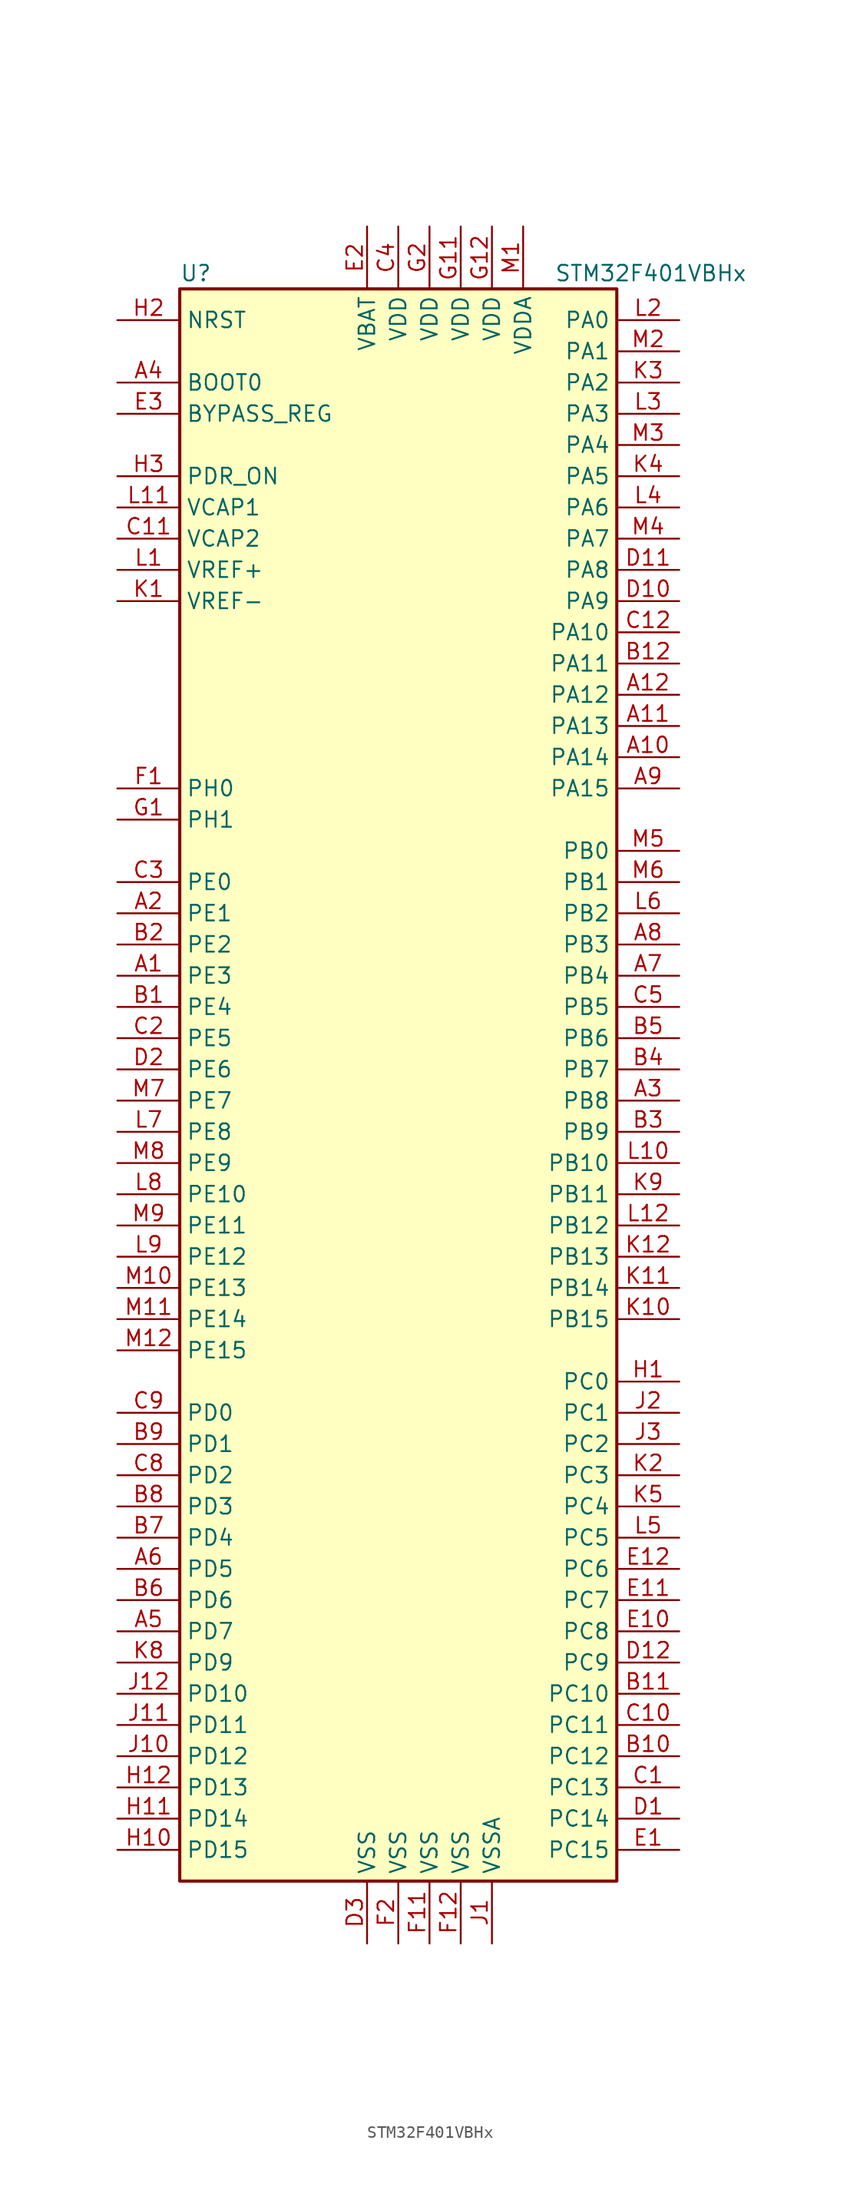
<source format=kicad_sym>
(kicad_symbol_lib
  (version 20201005)
  (generator kicad_symbol_editor)
  (symbol "STM32F401VBHx"
    (property "Reference" "U"
      (at -17.78 64.77 0)
      (effects (font (size 1.27 1.27)) (justify left)))
    (property "Value" "STM32F401VBHx"
      (at 12.7 64.77 0)
      (effects (font (size 1.27 1.27)) (justify left)))
    (symbol "STM32F401VBHx_0_1"
      (rectangle (start -17.78 -66.04) (end 17.78 63.5) (stroke (width 0.254)) (fill (type background))))
    (symbol "STM32F401VBHx_1_1"
      (pin input line (at -22.86 55.88 0) (length 5.08) (name "BOOT0" (effects (font (size 1.27 1.27)))) (number "A4" (effects (font (size 1.27 1.27)))))
      (pin input line (at -22.86 53.34 0) (length 5.08) (name "BYPASS_REG" (effects (font (size 1.27 1.27)))) (number "E3" (effects (font (size 1.27 1.27)))))
      (pin input line (at -22.86 60.96 0) (length 5.08) (name "NRST" (effects (font (size 1.27 1.27)))) (number "H2" (effects (font (size 1.27 1.27)))))
      (pin bidirectional line (at 22.86 60.96 180) (length 5.08) (name "PA0" (effects (font (size 1.27 1.27)))) (number "L2" (effects (font (size 1.27 1.27)))))
      (pin bidirectional line (at 22.86 58.42 180) (length 5.08) (name "PA1" (effects (font (size 1.27 1.27)))) (number "M2" (effects (font (size 1.27 1.27)))))
      (pin bidirectional line (at 22.86 35.56 180) (length 5.08) (name "PA10" (effects (font (size 1.27 1.27)))) (number "C12" (effects (font (size 1.27 1.27)))))
      (pin bidirectional line (at 22.86 33.02 180) (length 5.08) (name "PA11" (effects (font (size 1.27 1.27)))) (number "B12" (effects (font (size 1.27 1.27)))))
      (pin bidirectional line (at 22.86 30.48 180) (length 5.08) (name "PA12" (effects (font (size 1.27 1.27)))) (number "A12" (effects (font (size 1.27 1.27)))))
      (pin bidirectional line (at 22.86 27.94 180) (length 5.08) (name "PA13" (effects (font (size 1.27 1.27)))) (number "A11" (effects (font (size 1.27 1.27)))))
      (pin bidirectional line (at 22.86 25.4 180) (length 5.08) (name "PA14" (effects (font (size 1.27 1.27)))) (number "A10" (effects (font (size 1.27 1.27)))))
      (pin bidirectional line (at 22.86 22.86 180) (length 5.08) (name "PA15" (effects (font (size 1.27 1.27)))) (number "A9" (effects (font (size 1.27 1.27)))))
      (pin bidirectional line (at 22.86 55.88 180) (length 5.08) (name "PA2" (effects (font (size 1.27 1.27)))) (number "K3" (effects (font (size 1.27 1.27)))))
      (pin bidirectional line (at 22.86 53.34 180) (length 5.08) (name "PA3" (effects (font (size 1.27 1.27)))) (number "L3" (effects (font (size 1.27 1.27)))))
      (pin bidirectional line (at 22.86 50.8 180) (length 5.08) (name "PA4" (effects (font (size 1.27 1.27)))) (number "M3" (effects (font (size 1.27 1.27)))))
      (pin bidirectional line (at 22.86 48.26 180) (length 5.08) (name "PA5" (effects (font (size 1.27 1.27)))) (number "K4" (effects (font (size 1.27 1.27)))))
      (pin bidirectional line (at 22.86 45.72 180) (length 5.08) (name "PA6" (effects (font (size 1.27 1.27)))) (number "L4" (effects (font (size 1.27 1.27)))))
      (pin bidirectional line (at 22.86 43.18 180) (length 5.08) (name "PA7" (effects (font (size 1.27 1.27)))) (number "M4" (effects (font (size 1.27 1.27)))))
      (pin bidirectional line (at 22.86 40.64 180) (length 5.08) (name "PA8" (effects (font (size 1.27 1.27)))) (number "D11" (effects (font (size 1.27 1.27)))))
      (pin bidirectional line (at 22.86 38.1 180) (length 5.08) (name "PA9" (effects (font (size 1.27 1.27)))) (number "D10" (effects (font (size 1.27 1.27)))))
      (pin bidirectional line (at 22.86 17.78 180) (length 5.08) (name "PB0" (effects (font (size 1.27 1.27)))) (number "M5" (effects (font (size 1.27 1.27)))))
      (pin bidirectional line (at 22.86 15.24 180) (length 5.08) (name "PB1" (effects (font (size 1.27 1.27)))) (number "M6" (effects (font (size 1.27 1.27)))))
      (pin bidirectional line (at 22.86 -7.62 180) (length 5.08) (name "PB10" (effects (font (size 1.27 1.27)))) (number "L10" (effects (font (size 1.27 1.27)))))
      (pin bidirectional line (at 22.86 -10.16 180) (length 5.08) (name "PB11" (effects (font (size 1.27 1.27)))) (number "K9" (effects (font (size 1.27 1.27)))))
      (pin bidirectional line (at 22.86 -12.7 180) (length 5.08) (name "PB12" (effects (font (size 1.27 1.27)))) (number "L12" (effects (font (size 1.27 1.27)))))
      (pin bidirectional line (at 22.86 -15.24 180) (length 5.08) (name "PB13" (effects (font (size 1.27 1.27)))) (number "K12" (effects (font (size 1.27 1.27)))))
      (pin bidirectional line (at 22.86 -17.78 180) (length 5.08) (name "PB14" (effects (font (size 1.27 1.27)))) (number "K11" (effects (font (size 1.27 1.27)))))
      (pin bidirectional line (at 22.86 -20.32 180) (length 5.08) (name "PB15" (effects (font (size 1.27 1.27)))) (number "K10" (effects (font (size 1.27 1.27)))))
      (pin bidirectional line (at 22.86 12.7 180) (length 5.08) (name "PB2" (effects (font (size 1.27 1.27)))) (number "L6" (effects (font (size 1.27 1.27)))))
      (pin bidirectional line (at 22.86 10.16 180) (length 5.08) (name "PB3" (effects (font (size 1.27 1.27)))) (number "A8" (effects (font (size 1.27 1.27)))))
      (pin bidirectional line (at 22.86 7.62 180) (length 5.08) (name "PB4" (effects (font (size 1.27 1.27)))) (number "A7" (effects (font (size 1.27 1.27)))))
      (pin bidirectional line (at 22.86 5.08 180) (length 5.08) (name "PB5" (effects (font (size 1.27 1.27)))) (number "C5" (effects (font (size 1.27 1.27)))))
      (pin bidirectional line (at 22.86 2.54 180) (length 5.08) (name "PB6" (effects (font (size 1.27 1.27)))) (number "B5" (effects (font (size 1.27 1.27)))))
      (pin bidirectional line (at 22.86 0 180) (length 5.08) (name "PB7" (effects (font (size 1.27 1.27)))) (number "B4" (effects (font (size 1.27 1.27)))))
      (pin bidirectional line (at 22.86 -2.54 180) (length 5.08) (name "PB8" (effects (font (size 1.27 1.27)))) (number "A3" (effects (font (size 1.27 1.27)))))
      (pin bidirectional line (at 22.86 -5.08 180) (length 5.08) (name "PB9" (effects (font (size 1.27 1.27)))) (number "B3" (effects (font (size 1.27 1.27)))))
      (pin bidirectional line (at 22.86 -25.4 180) (length 5.08) (name "PC0" (effects (font (size 1.27 1.27)))) (number "H1" (effects (font (size 1.27 1.27)))))
      (pin bidirectional line (at 22.86 -27.94 180) (length 5.08) (name "PC1" (effects (font (size 1.27 1.27)))) (number "J2" (effects (font (size 1.27 1.27)))))
      (pin bidirectional line (at 22.86 -50.8 180) (length 5.08) (name "PC10" (effects (font (size 1.27 1.27)))) (number "B11" (effects (font (size 1.27 1.27)))))
      (pin bidirectional line (at 22.86 -53.34 180) (length 5.08) (name "PC11" (effects (font (size 1.27 1.27)))) (number "C10" (effects (font (size 1.27 1.27)))))
      (pin bidirectional line (at 22.86 -55.88 180) (length 5.08) (name "PC12" (effects (font (size 1.27 1.27)))) (number "B10" (effects (font (size 1.27 1.27)))))
      (pin bidirectional line (at 22.86 -58.42 180) (length 5.08) (name "PC13" (effects (font (size 1.27 1.27)))) (number "C1" (effects (font (size 1.27 1.27)))))
      (pin bidirectional line (at 22.86 -60.96 180) (length 5.08) (name "PC14" (effects (font (size 1.27 1.27)))) (number "D1" (effects (font (size 1.27 1.27)))))
      (pin bidirectional line (at 22.86 -63.5 180) (length 5.08) (name "PC15" (effects (font (size 1.27 1.27)))) (number "E1" (effects (font (size 1.27 1.27)))))
      (pin bidirectional line (at 22.86 -30.48 180) (length 5.08) (name "PC2" (effects (font (size 1.27 1.27)))) (number "J3" (effects (font (size 1.27 1.27)))))
      (pin bidirectional line (at 22.86 -33.02 180) (length 5.08) (name "PC3" (effects (font (size 1.27 1.27)))) (number "K2" (effects (font (size 1.27 1.27)))))
      (pin bidirectional line (at 22.86 -35.56 180) (length 5.08) (name "PC4" (effects (font (size 1.27 1.27)))) (number "K5" (effects (font (size 1.27 1.27)))))
      (pin bidirectional line (at 22.86 -38.1 180) (length 5.08) (name "PC5" (effects (font (size 1.27 1.27)))) (number "L5" (effects (font (size 1.27 1.27)))))
      (pin bidirectional line (at 22.86 -40.64 180) (length 5.08) (name "PC6" (effects (font (size 1.27 1.27)))) (number "E12" (effects (font (size 1.27 1.27)))))
      (pin bidirectional line (at 22.86 -43.18 180) (length 5.08) (name "PC7" (effects (font (size 1.27 1.27)))) (number "E11" (effects (font (size 1.27 1.27)))))
      (pin bidirectional line (at 22.86 -45.72 180) (length 5.08) (name "PC8" (effects (font (size 1.27 1.27)))) (number "E10" (effects (font (size 1.27 1.27)))))
      (pin bidirectional line (at 22.86 -48.26 180) (length 5.08) (name "PC9" (effects (font (size 1.27 1.27)))) (number "D12" (effects (font (size 1.27 1.27)))))
      (pin bidirectional line (at -22.86 -27.94 0) (length 5.08) (name "PD0" (effects (font (size 1.27 1.27)))) (number "C9" (effects (font (size 1.27 1.27)))))
      (pin bidirectional line (at -22.86 -30.48 0) (length 5.08) (name "PD1" (effects (font (size 1.27 1.27)))) (number "B9" (effects (font (size 1.27 1.27)))))
      (pin bidirectional line (at -22.86 -50.8 0) (length 5.08) (name "PD10" (effects (font (size 1.27 1.27)))) (number "J12" (effects (font (size 1.27 1.27)))))
      (pin bidirectional line (at -22.86 -53.34 0) (length 5.08) (name "PD11" (effects (font (size 1.27 1.27)))) (number "J11" (effects (font (size 1.27 1.27)))))
      (pin bidirectional line (at -22.86 -55.88 0) (length 5.08) (name "PD12" (effects (font (size 1.27 1.27)))) (number "J10" (effects (font (size 1.27 1.27)))))
      (pin bidirectional line (at -22.86 -58.42 0) (length 5.08) (name "PD13" (effects (font (size 1.27 1.27)))) (number "H12" (effects (font (size 1.27 1.27)))))
      (pin bidirectional line (at -22.86 -60.96 0) (length 5.08) (name "PD14" (effects (font (size 1.27 1.27)))) (number "H11" (effects (font (size 1.27 1.27)))))
      (pin bidirectional line (at -22.86 -63.5 0) (length 5.08) (name "PD15" (effects (font (size 1.27 1.27)))) (number "H10" (effects (font (size 1.27 1.27)))))
      (pin bidirectional line (at -22.86 -33.02 0) (length 5.08) (name "PD2" (effects (font (size 1.27 1.27)))) (number "C8" (effects (font (size 1.27 1.27)))))
      (pin bidirectional line (at -22.86 -35.56 0) (length 5.08) (name "PD3" (effects (font (size 1.27 1.27)))) (number "B8" (effects (font (size 1.27 1.27)))))
      (pin bidirectional line (at -22.86 -38.1 0) (length 5.08) (name "PD4" (effects (font (size 1.27 1.27)))) (number "B7" (effects (font (size 1.27 1.27)))))
      (pin bidirectional line (at -22.86 -40.64 0) (length 5.08) (name "PD5" (effects (font (size 1.27 1.27)))) (number "A6" (effects (font (size 1.27 1.27)))))
      (pin bidirectional line (at -22.86 -43.18 0) (length 5.08) (name "PD6" (effects (font (size 1.27 1.27)))) (number "B6" (effects (font (size 1.27 1.27)))))
      (pin bidirectional line (at -22.86 -45.72 0) (length 5.08) (name "PD7" (effects (font (size 1.27 1.27)))) (number "A5" (effects (font (size 1.27 1.27)))))
      (pin bidirectional line (at -22.86 -48.26 0) (length 5.08) (name "PD9" (effects (font (size 1.27 1.27)))) (number "K8" (effects (font (size 1.27 1.27)))))
      (pin power_in line (at -22.86 48.26 0) (length 5.08) (name "PDR_ON" (effects (font (size 1.27 1.27)))) (number "H3" (effects (font (size 1.27 1.27)))))
      (pin bidirectional line (at -22.86 15.24 0) (length 5.08) (name "PE0" (effects (font (size 1.27 1.27)))) (number "C3" (effects (font (size 1.27 1.27)))))
      (pin bidirectional line (at -22.86 12.7 0) (length 5.08) (name "PE1" (effects (font (size 1.27 1.27)))) (number "A2" (effects (font (size 1.27 1.27)))))
      (pin bidirectional line (at -22.86 -10.16 0) (length 5.08) (name "PE10" (effects (font (size 1.27 1.27)))) (number "L8" (effects (font (size 1.27 1.27)))))
      (pin bidirectional line (at -22.86 -12.7 0) (length 5.08) (name "PE11" (effects (font (size 1.27 1.27)))) (number "M9" (effects (font (size 1.27 1.27)))))
      (pin bidirectional line (at -22.86 -15.24 0) (length 5.08) (name "PE12" (effects (font (size 1.27 1.27)))) (number "L9" (effects (font (size 1.27 1.27)))))
      (pin bidirectional line (at -22.86 -17.78 0) (length 5.08) (name "PE13" (effects (font (size 1.27 1.27)))) (number "M10" (effects (font (size 1.27 1.27)))))
      (pin bidirectional line (at -22.86 -20.32 0) (length 5.08) (name "PE14" (effects (font (size 1.27 1.27)))) (number "M11" (effects (font (size 1.27 1.27)))))
      (pin bidirectional line (at -22.86 -22.86 0) (length 5.08) (name "PE15" (effects (font (size 1.27 1.27)))) (number "M12" (effects (font (size 1.27 1.27)))))
      (pin bidirectional line (at -22.86 10.16 0) (length 5.08) (name "PE2" (effects (font (size 1.27 1.27)))) (number "B2" (effects (font (size 1.27 1.27)))))
      (pin bidirectional line (at -22.86 7.62 0) (length 5.08) (name "PE3" (effects (font (size 1.27 1.27)))) (number "A1" (effects (font (size 1.27 1.27)))))
      (pin bidirectional line (at -22.86 5.08 0) (length 5.08) (name "PE4" (effects (font (size 1.27 1.27)))) (number "B1" (effects (font (size 1.27 1.27)))))
      (pin bidirectional line (at -22.86 2.54 0) (length 5.08) (name "PE5" (effects (font (size 1.27 1.27)))) (number "C2" (effects (font (size 1.27 1.27)))))
      (pin bidirectional line (at -22.86 0 0) (length 5.08) (name "PE6" (effects (font (size 1.27 1.27)))) (number "D2" (effects (font (size 1.27 1.27)))))
      (pin bidirectional line (at -22.86 -2.54 0) (length 5.08) (name "PE7" (effects (font (size 1.27 1.27)))) (number "M7" (effects (font (size 1.27 1.27)))))
      (pin bidirectional line (at -22.86 -5.08 0) (length 5.08) (name "PE8" (effects (font (size 1.27 1.27)))) (number "L7" (effects (font (size 1.27 1.27)))))
      (pin bidirectional line (at -22.86 -7.62 0) (length 5.08) (name "PE9" (effects (font (size 1.27 1.27)))) (number "M8" (effects (font (size 1.27 1.27)))))
      (pin input line (at -22.86 22.86 0) (length 5.08) (name "PH0" (effects (font (size 1.27 1.27)))) (number "F1" (effects (font (size 1.27 1.27)))))
      (pin input line (at -22.86 20.32 0) (length 5.08) (name "PH1" (effects (font (size 1.27 1.27)))) (number "G1" (effects (font (size 1.27 1.27)))))
      (pin power_in line (at -2.54 68.58 270) (length 5.08) (name "VBAT" (effects (font (size 1.27 1.27)))) (number "E2" (effects (font (size 1.27 1.27)))))
      (pin power_in line (at -22.86 45.72 0) (length 5.08) (name "VCAP1" (effects (font (size 1.27 1.27)))) (number "L11" (effects (font (size 1.27 1.27)))))
      (pin power_in line (at -22.86 43.18 0) (length 5.08) (name "VCAP2" (effects (font (size 1.27 1.27)))) (number "C11" (effects (font (size 1.27 1.27)))))
      (pin power_in line (at 0 68.58 270) (length 5.08) (name "VDD" (effects (font (size 1.27 1.27)))) (number "C4" (effects (font (size 1.27 1.27)))))
      (pin power_in line (at 5.08 68.58 270) (length 5.08) (name "VDD" (effects (font (size 1.27 1.27)))) (number "G11" (effects (font (size 1.27 1.27)))))
      (pin power_in line (at 7.62 68.58 270) (length 5.08) (name "VDD" (effects (font (size 1.27 1.27)))) (number "G12" (effects (font (size 1.27 1.27)))))
      (pin power_in line (at 2.54 68.58 270) (length 5.08) (name "VDD" (effects (font (size 1.27 1.27)))) (number "G2" (effects (font (size 1.27 1.27)))))
      (pin power_in line (at 10.16 68.58 270) (length 5.08) (name "VDDA" (effects (font (size 1.27 1.27)))) (number "M1" (effects (font (size 1.27 1.27)))))
      (pin power_in line (at -22.86 40.64 0) (length 5.08) (name "VREF+" (effects (font (size 1.27 1.27)))) (number "L1" (effects (font (size 1.27 1.27)))))
      (pin power_in line (at -22.86 38.1 0) (length 5.08) (name "VREF-" (effects (font (size 1.27 1.27)))) (number "K1" (effects (font (size 1.27 1.27)))))
      (pin power_in line (at -2.54 -71.12 90) (length 5.08) (name "VSS" (effects (font (size 1.27 1.27)))) (number "D3" (effects (font (size 1.27 1.27)))))
      (pin power_in line (at 2.54 -71.12 90) (length 5.08) (name "VSS" (effects (font (size 1.27 1.27)))) (number "F11" (effects (font (size 1.27 1.27)))))
      (pin power_in line (at 5.08 -71.12 90) (length 5.08) (name "VSS" (effects (font (size 1.27 1.27)))) (number "F12" (effects (font (size 1.27 1.27)))))
      (pin power_in line (at 0 -71.12 90) (length 5.08) (name "VSS" (effects (font (size 1.27 1.27)))) (number "F2" (effects (font (size 1.27 1.27)))))
      (pin power_in line (at 7.62 -71.12 90) (length 5.08) (name "VSSA" (effects (font (size 1.27 1.27)))) (number "J1" (effects (font (size 1.27 1.27))))))))
</source>
